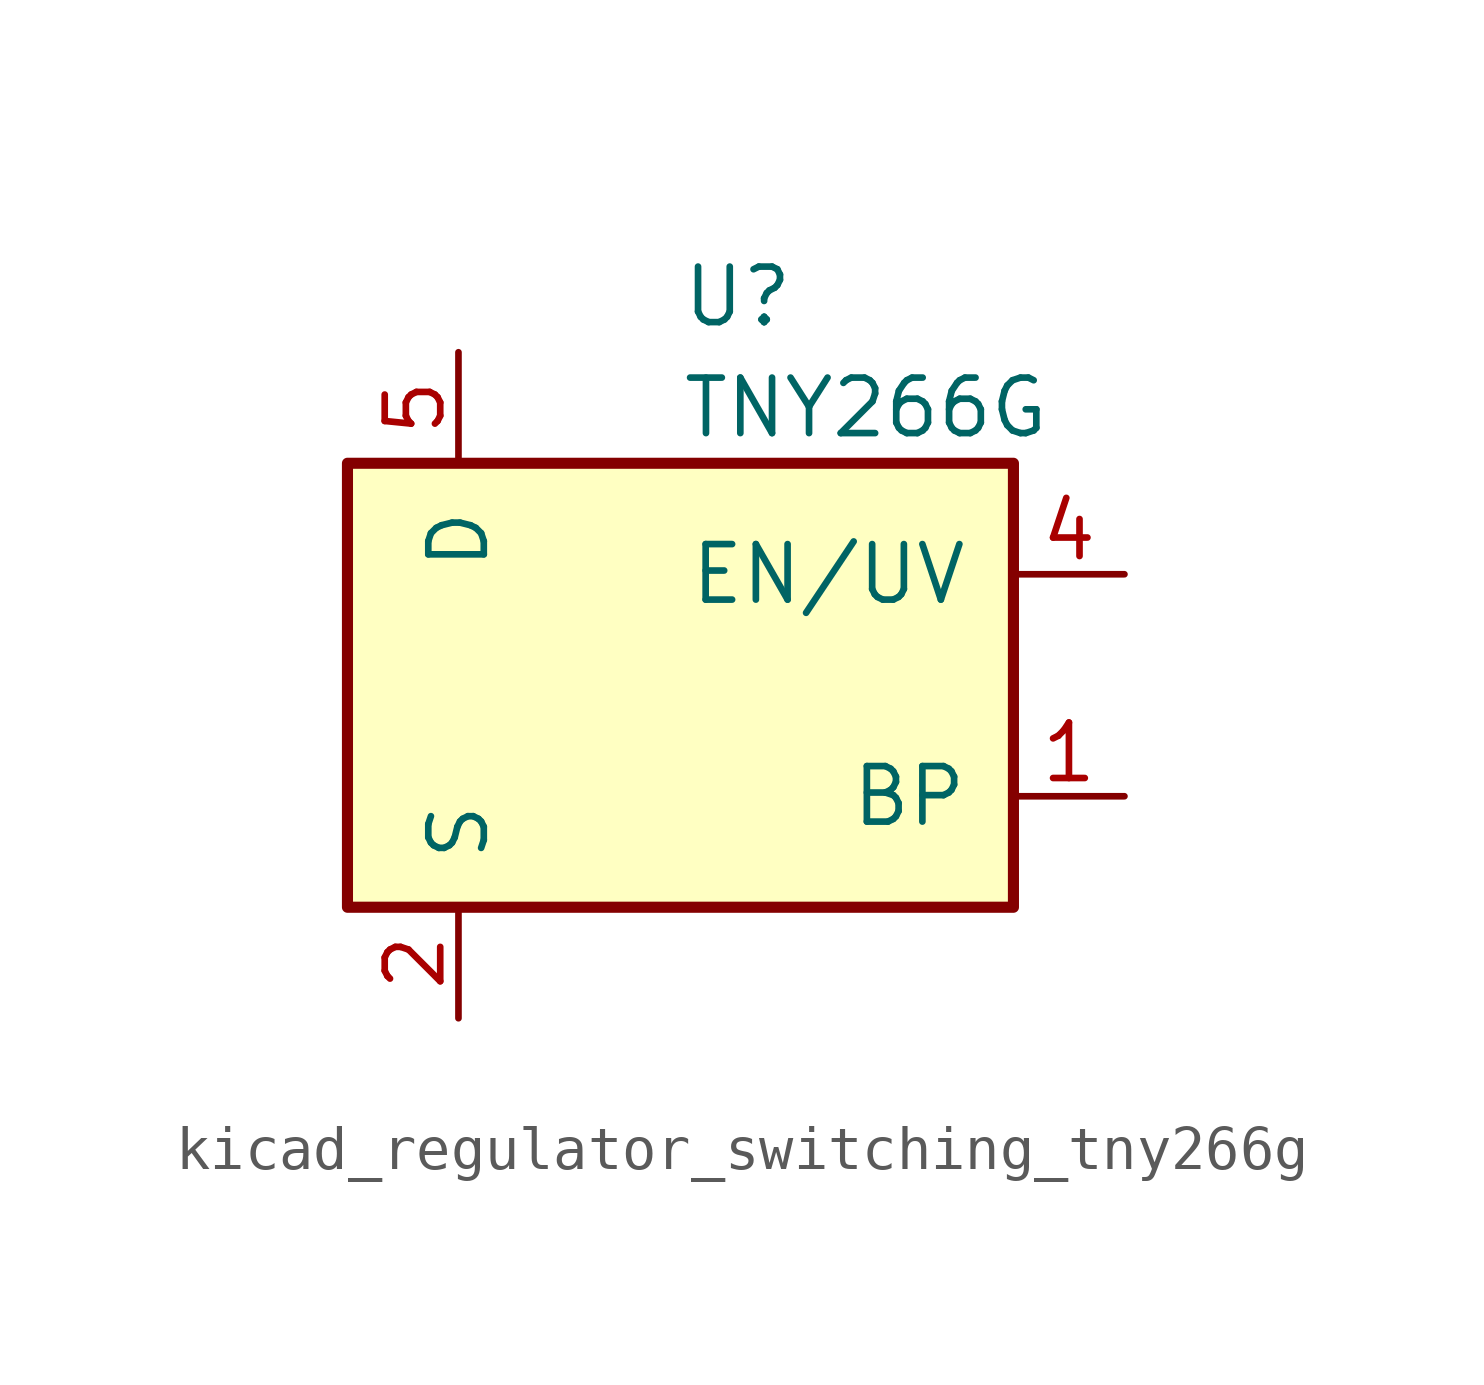
<source format=kicad_sym>
(kicad_symbol_lib
  (version 20220914)
  (generator kicad_symbol_editor)
  (symbol "kicad_regulator_switching_tny266g"
    (pin_names
      (offset 1.016))
    (property "Reference" "U"
      (at 0 8.89 0)
      (effects (font (size 1.27 1.27)) (justify left)))
    (property "Value" "TNY266G"
      (at 0 6.35 0)
      (effects (font (size 1.27 1.27)) (justify left)))
    (symbol "kicad_regulator_switching_tny266g_0_1"
      (rectangle (start -7.62 5.08) (end 7.62 -5.08) (stroke (width 0.254) (type default)) (fill (type background))))
    (symbol "kicad_regulator_switching_tny266g_1_1"
      (pin input line (at 10.16 -2.54 180) (length 2.54) (name "BP" (effects (font (size 1.27 1.27)))) (number "1" (effects (font (size 1.27 1.27)))))
      (pin power_in line (at -5.08 -7.62 90) (length 2.54) (name "S" (effects (font (size 1.27 1.27)))) (number "2" (effects (font (size 1.27 1.27)))))
      (pin passive line (at -5.08 -7.62 90) (length 2.54) hide (name "S" (effects (font (size 1.27 1.27)))) (number "3" (effects (font (size 1.27 1.27)))))
      (pin input line (at 10.16 2.54 180) (length 2.54) (name "EN/UV" (effects (font (size 1.27 1.27)))) (number "4" (effects (font (size 1.27 1.27)))))
      (pin open_collector line (at -5.08 7.62 270) (length 2.54) (name "D" (effects (font (size 1.27 1.27)))) (number "5" (effects (font (size 1.27 1.27)))))
      (pin passive line (at -5.08 -7.62 90) (length 2.54) hide (name "S" (effects (font (size 1.27 1.27)))) (number "7" (effects (font (size 1.27 1.27)))))
      (pin passive line (at -5.08 -7.62 90) (length 2.54) hide (name "S" (effects (font (size 1.27 1.27)))) (number "8" (effects (font (size 1.27 1.27))))))))
</source>
